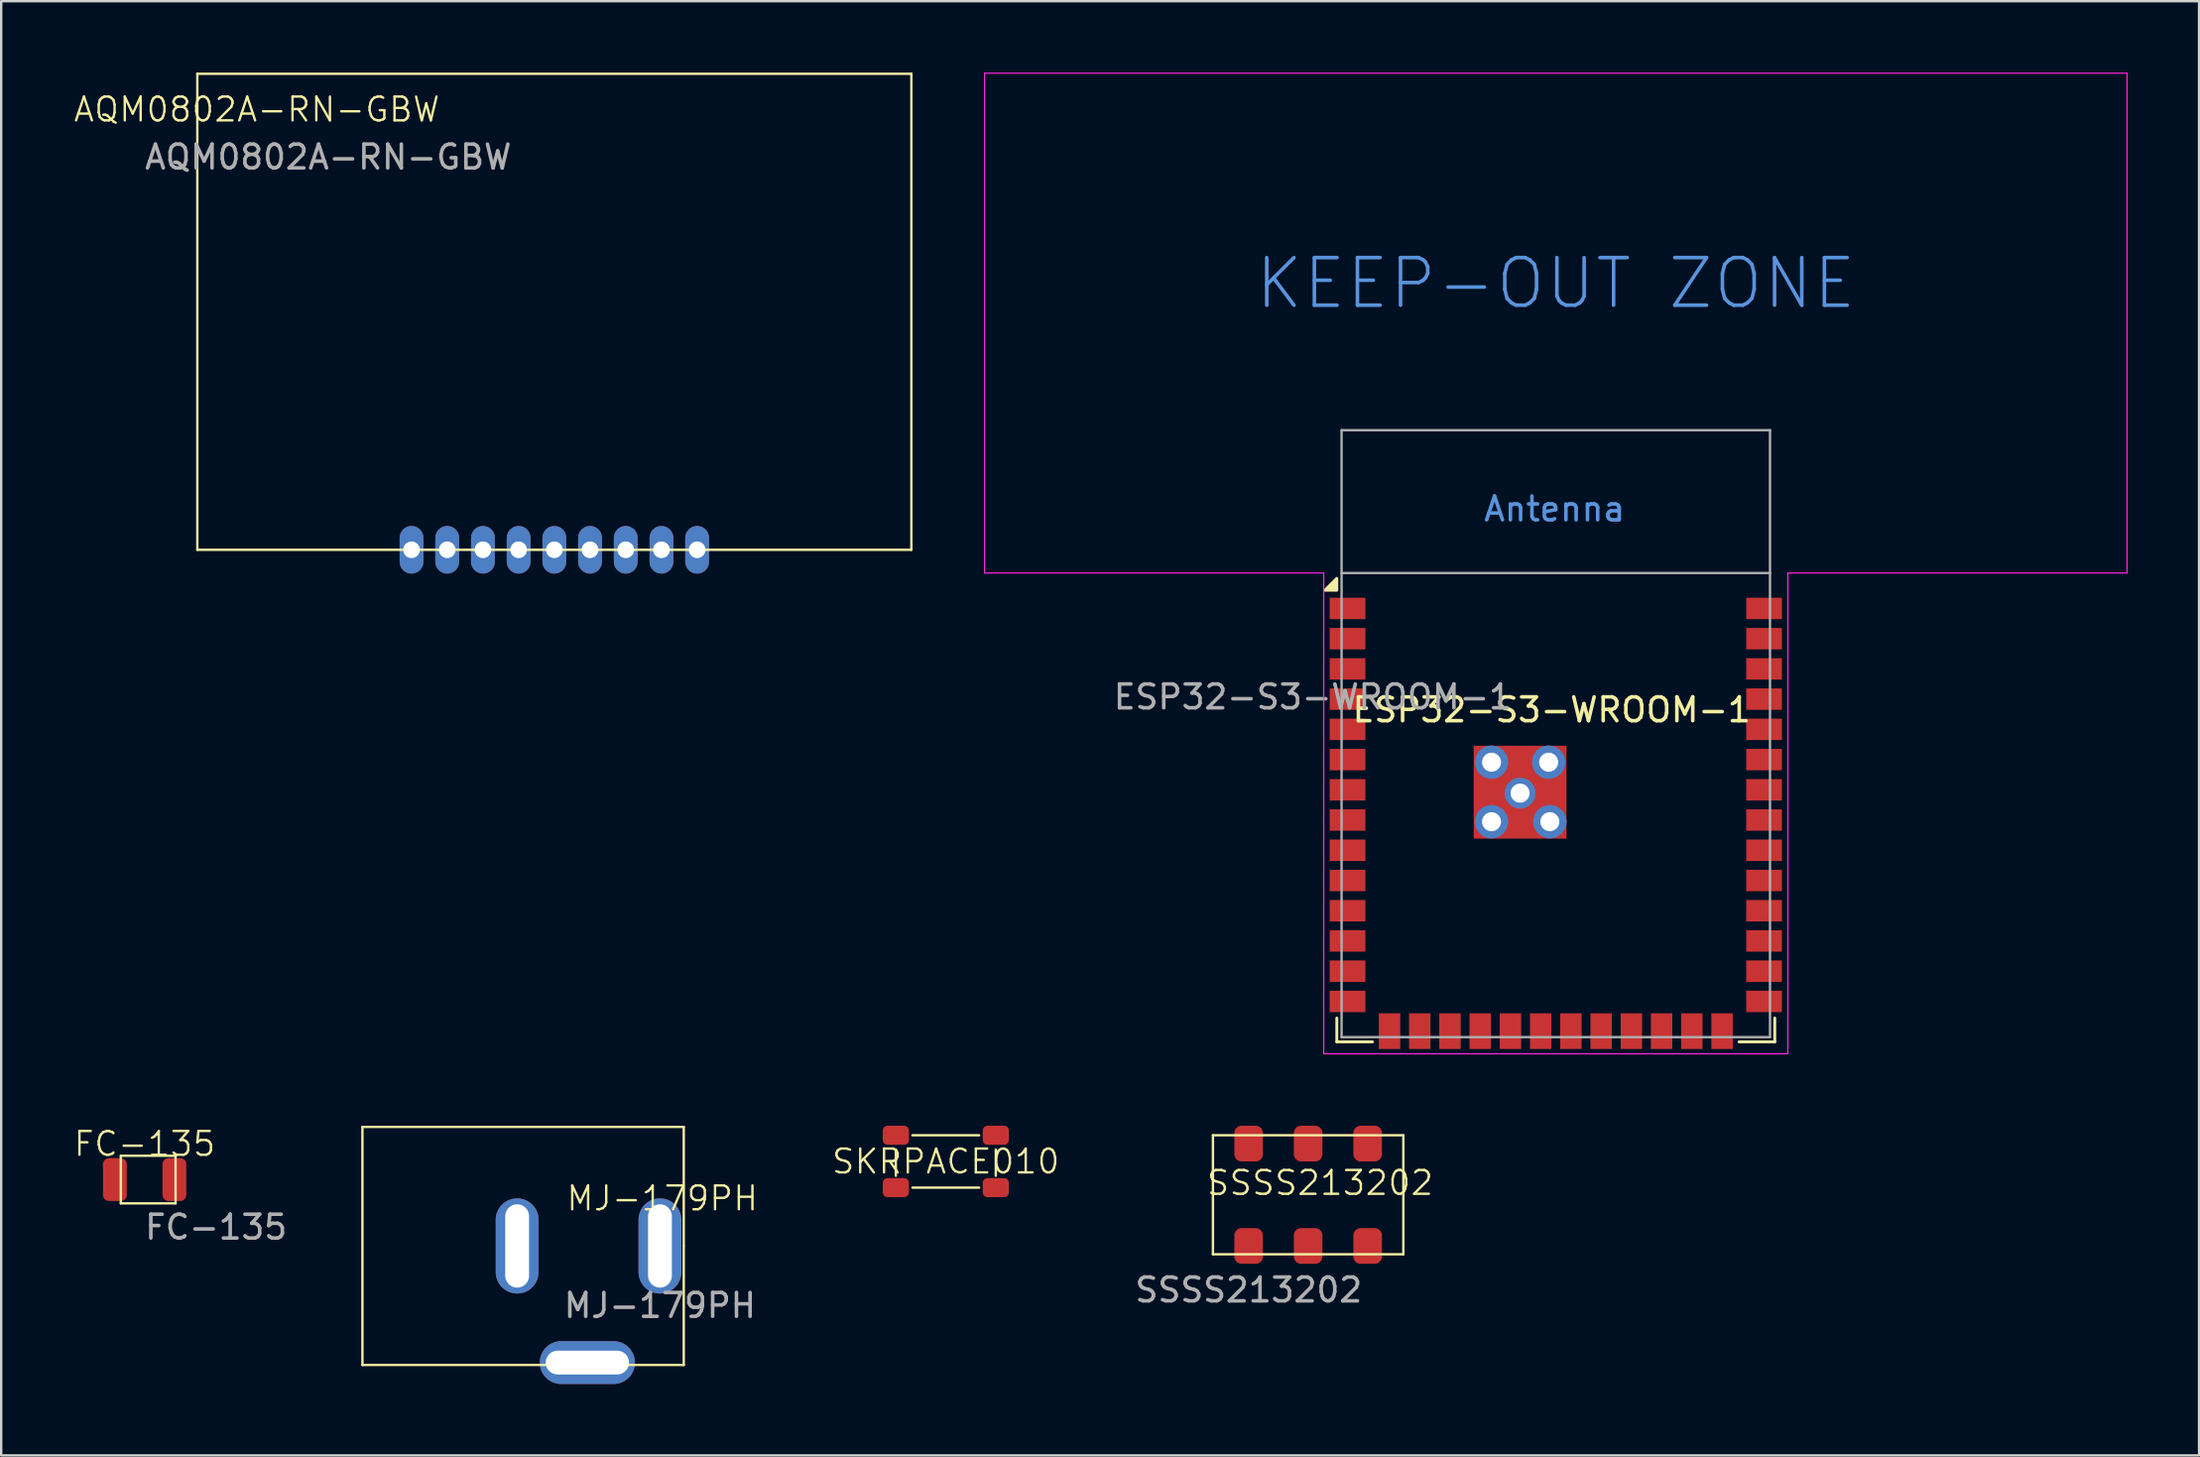
<source format=kicad_pcb>
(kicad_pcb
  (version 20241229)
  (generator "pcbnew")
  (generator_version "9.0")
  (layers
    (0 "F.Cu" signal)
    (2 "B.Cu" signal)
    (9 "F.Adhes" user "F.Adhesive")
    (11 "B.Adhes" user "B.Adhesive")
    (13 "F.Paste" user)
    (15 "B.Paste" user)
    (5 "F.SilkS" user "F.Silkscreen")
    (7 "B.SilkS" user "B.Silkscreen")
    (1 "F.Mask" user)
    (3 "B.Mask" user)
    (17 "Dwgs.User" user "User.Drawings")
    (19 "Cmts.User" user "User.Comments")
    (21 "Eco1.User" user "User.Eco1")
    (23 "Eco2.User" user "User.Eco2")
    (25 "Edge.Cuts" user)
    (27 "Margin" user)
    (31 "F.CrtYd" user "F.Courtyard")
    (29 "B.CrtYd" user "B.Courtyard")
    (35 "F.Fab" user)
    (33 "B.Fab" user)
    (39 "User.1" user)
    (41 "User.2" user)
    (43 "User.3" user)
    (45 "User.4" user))
  (footprint "SKRPACE010"
    (layer "F.Cu")
    (at 36.687 45.75)
    (property "Reference" "SKRPACE010" (at 0 0 0) (unlocked yes) (layer "F.SilkS") (effects (font (size 1 1) (thickness 0.1))))
    (attr smd)
    (fp_line (start -2.1 0.6) (end -2.1 -0.5) (stroke (width 0.1) (type default)) (layer "F.SilkS"))
    (fp_line (start -1.4 -1.1) (end 1.4 -1.1) (stroke (width 0.1) (type default)) (layer "F.SilkS"))
    (fp_line (start 1.4 1.1) (end -1.4 1.1) (stroke (width 0.1) (type default)) (layer "F.SilkS"))
    (fp_line (start 2.1 -0.5) (end 2.1 0.6) (stroke (width 0.1) (type default)) (layer "F.SilkS"))
    (pad "1" smd roundrect (at -2.1 -1.1) (size 1.1 0.8) (layers "F.Cu" "F.Mask" "F.Paste") (roundrect_rratio 0.25))
    (pad "2" smd roundrect (at 2.1 -1.1) (size 1.1 0.8) (layers "F.Cu" "F.Mask" "F.Paste") (roundrect_rratio 0.25))
    (pad "3" smd roundrect (at -2.1 1.1) (size 1.1 0.8) (layers "F.Cu" "F.Mask" "F.Paste") (roundrect_rratio 0.25))
    (pad "4" smd roundrect (at 2.1 1.1) (size 1.1 0.8) (layers "F.Cu" "F.Mask" "F.Paste") (roundrect_rratio 0.25)))
  (footprint "ESP32-S3-WROOM-1"
    (layer "F.Cu")
    (at 62.315 27.775)
    (property "Reference" "ESP32-S3-WROOM-1" (at -0.175 -1 0) (unlocked yes) (layer "F.SilkS") (effects (font (size 1 1) (thickness 0.15))))
    (attr smd)
    (fp_line (start -9.2 11.95) (end -9.2 12.95) (stroke (width 0.12) (type solid)) (layer "F.SilkS"))
    (fp_line (start -9.2 12.95) (end -7.7 12.95) (stroke (width 0.12) (type solid)) (layer "F.SilkS"))
    (fp_line (start 9.2 12.95) (end 7.7 12.95) (stroke (width 0.12) (type solid)) (layer "F.SilkS"))
    (fp_line (start 9.2 12.95) (end 9.2 11.95) (stroke (width 0.12) (type solid)) (layer "F.SilkS"))
    (fp_poly (pts (xy -9.2 -6.025) (xy -9.7 -6.025) (xy -9.2 -6.525) (xy -9.2 -6.025)) (stroke (width 0.12) (type solid)) (fill yes) (layer "F.SilkS"))
    (fp_line (start -24 -27.75) (end -24 -6.75) (stroke (width 0.05) (type solid)) (layer "F.CrtYd"))
    (fp_line (start -24 -6.75) (end -9.75 -6.75) (stroke (width 0.05) (type solid)) (layer "F.CrtYd"))
    (fp_line (start -9.75 13.45) (end -9.75 -6.75) (stroke (width 0.05) (type solid)) (layer "F.CrtYd"))
    (fp_line (start -9.75 13.45) (end 9.75 13.45) (stroke (width 0.05) (type solid)) (layer "F.CrtYd"))
    (fp_line (start 9.75 -6.75) (end 9.75 13.45) (stroke (width 0.05) (type solid)) (layer "F.CrtYd"))
    (fp_line (start 9.75 -6.75) (end 24 -6.75) (stroke (width 0.05) (type solid)) (layer "F.CrtYd"))
    (fp_line (start 24 -27.75) (end -24 -27.75) (stroke (width 0.05) (type solid)) (layer "F.CrtYd"))
    (fp_line (start 24 -6.75) (end 24 -27.75) (stroke (width 0.05) (type solid)) (layer "F.CrtYd"))
    (fp_line (start -9 -12.75) (end 9 -12.75) (stroke (width 0.1) (type solid)) (layer "F.Fab"))
    (fp_line (start -9 -6.75) (end 9 -6.75) (stroke (width 0.1) (type solid)) (layer "F.Fab"))
    (fp_line (start -9 12.75) (end -9 -12.75) (stroke (width 0.1) (type solid)) (layer "F.Fab"))
    (fp_line (start -9 12.75) (end 9 12.75) (stroke (width 0.1) (type solid)) (layer "F.Fab"))
    (fp_line (start 9 12.75) (end 9 -12.75) (stroke (width 0.1) (type solid)) (layer "F.Fab"))
    (fp_text user "KEEP-OUT ZONE" (at 0 -18.92 0) (layer "Cmts.User") (effects (font (size 2 2) (thickness 0.15))))
    (fp_text user "Antenna" (at -0.05 -9.44 0) (layer "Cmts.User") (effects (font (size 1 1) (thickness 0.15))))
    (fp_text user "${REFERENCE}" (at -10.21 -1.542 0) (unlocked yes) (layer "F.Fab") (effects (font (size 1 1) (thickness 0.15))))
    (pad "" smd rect (at -2.9 1.06) (size 0.9 0.9) (layers "F.Paste"))
    (pad "" smd rect (at -2.9 2.46 270) (size 0.9 0.9) (layers "F.Paste"))
    (pad "" smd rect (at -2.9 3.86) (size 0.9 0.9) (layers "F.Paste"))
    (pad "" smd rect (at -1.5 1.06 270) (size 0.9 0.9) (layers "F.Paste"))
    (pad "" smd rect (at -1.5 2.46 270) (size 0.9 0.9) (layers "F.Paste"))
    (pad "" smd rect (at -1.5 3.86 270) (size 0.9 0.9) (layers "F.Paste"))
    (pad "" smd rect (at -0.1 1.06 270) (size 0.9 0.9) (layers "F.Paste"))
    (pad "" smd rect (at -0.1 2.46 270) (size 0.9 0.9) (layers "F.Paste"))
    (pad "" smd rect (at -0.1 3.86 270) (size 0.9 0.9) (layers "F.Paste"))
    (pad "1" smd rect (at -8.75 -5.26) (size 1.5 0.9) (layers "F.Cu" "F.Mask" "F.Paste"))
    (pad "2" smd rect (at -8.75 -3.99) (size 1.5 0.9) (layers "F.Cu" "F.Mask" "F.Paste"))
    (pad "3" smd rect (at -8.75 -2.72) (size 1.5 0.9) (layers "F.Cu" "F.Mask" "F.Paste"))
    (pad "4" smd rect (at -8.75 -1.45) (size 1.5 0.9) (layers "F.Cu" "F.Mask" "F.Paste"))
    (pad "5" smd rect (at -8.75 -0.18) (size 1.5 0.9) (layers "F.Cu" "F.Mask" "F.Paste"))
    (pad "6" smd rect (at -8.75 1.09) (size 1.5 0.9) (layers "F.Cu" "F.Mask" "F.Paste"))
    (pad "7" smd rect (at -8.75 2.36) (size 1.5 0.9) (layers "F.Cu" "F.Mask" "F.Paste"))
    (pad "8" smd rect (at -8.75 3.63) (size 1.5 0.9) (layers "F.Cu" "F.Mask" "F.Paste"))
    (pad "9" smd rect (at -8.75 4.9) (size 1.5 0.9) (layers "F.Cu" "F.Mask" "F.Paste"))
    (pad "10" smd rect (at -8.75 6.17) (size 1.5 0.9) (layers "F.Cu" "F.Mask" "F.Paste"))
    (pad "11" smd rect (at -8.75 7.44) (size 1.5 0.9) (layers "F.Cu" "F.Mask" "F.Paste"))
    (pad "12" smd rect (at -8.75 8.71) (size 1.5 0.9) (layers "F.Cu" "F.Mask" "F.Paste"))
    (pad "13" smd rect (at -8.75 9.98) (size 1.5 0.9) (layers "F.Cu" "F.Mask" "F.Paste"))
    (pad "14" smd rect (at -8.75 11.25 180) (size 1.5 0.9) (layers "F.Cu" "F.Mask" "F.Paste"))
    (pad "15" smd rect (at -6.985 12.5 270) (size 1.5 0.9) (layers "F.Cu" "F.Mask" "F.Paste"))
    (pad "16" smd rect (at -5.715 12.5 270) (size 1.5 0.9) (layers "F.Cu" "F.Mask" "F.Paste"))
    (pad "17" smd rect (at -4.445 12.5 270) (size 1.5 0.9) (layers "F.Cu" "F.Mask" "F.Paste"))
    (pad "18" smd rect (at -3.175 12.5 270) (size 1.5 0.9) (layers "F.Cu" "F.Mask" "F.Paste"))
    (pad "19" smd rect (at -1.905 12.5 270) (size 1.5 0.9) (layers "F.Cu" "F.Mask" "F.Paste"))
    (pad "20" smd rect (at -0.635 12.5 270) (size 1.5 0.9) (layers "F.Cu" "F.Mask" "F.Paste"))
    (pad "21" smd rect (at 0.635 12.5 270) (size 1.5 0.9) (layers "F.Cu" "F.Mask" "F.Paste"))
    (pad "22" smd rect (at 1.905 12.5 270) (size 1.5 0.9) (layers "F.Cu" "F.Mask" "F.Paste"))
    (pad "23" smd rect (at 3.175 12.5 270) (size 1.5 0.9) (layers "F.Cu" "F.Mask" "F.Paste"))
    (pad "24" smd rect (at 4.445 12.5 270) (size 1.5 0.9) (layers "F.Cu" "F.Mask" "F.Paste"))
    (pad "25" smd rect (at 5.715 12.5 270) (size 1.5 0.9) (layers "F.Cu" "F.Mask" "F.Paste"))
    (pad "26" smd rect (at 6.985 12.5 270) (size 1.5 0.9) (layers "F.Cu" "F.Mask" "F.Paste"))
    (pad "27" smd rect (at 8.75 11.25) (size 1.5 0.9) (layers "F.Cu" "F.Mask" "F.Paste"))
    (pad "28" smd rect (at 8.75 9.98) (size 1.5 0.9) (layers "F.Cu" "F.Mask" "F.Paste"))
    (pad "29" smd rect (at 8.75 8.71) (size 1.5 0.9) (layers "F.Cu" "F.Mask" "F.Paste"))
    (pad "30" smd rect (at 8.75 7.44) (size 1.5 0.9) (layers "F.Cu" "F.Mask" "F.Paste"))
    (pad "31" smd rect (at 8.75 6.17) (size 1.5 0.9) (layers "F.Cu" "F.Mask" "F.Paste"))
    (pad "32" smd rect (at 8.75 4.9) (size 1.5 0.9) (layers "F.Cu" "F.Mask" "F.Paste"))
    (pad "33" smd rect (at 8.75 3.63) (size 1.5 0.9) (layers "F.Cu" "F.Mask" "F.Paste"))
    (pad "34" smd rect (at 8.75 2.36) (size 1.5 0.9) (layers "F.Cu" "F.Mask" "F.Paste"))
    (pad "35" smd rect (at 8.75 1.09) (size 1.5 0.9) (layers "F.Cu" "F.Mask" "F.Paste"))
    (pad "36" smd rect (at 8.75 -0.18) (size 1.5 0.9) (layers "F.Cu" "F.Mask" "F.Paste"))
    (pad "37" smd rect (at 8.75 -1.45) (size 1.5 0.9) (layers "F.Cu" "F.Mask" "F.Paste"))
    (pad "38" smd rect (at 8.75 -2.72) (size 1.5 0.9) (layers "F.Cu" "F.Mask" "F.Paste"))
    (pad "39" smd rect (at 8.75 -3.99) (size 1.5 0.9) (layers "F.Cu" "F.Mask" "F.Paste"))
    (pad "40" smd rect (at 8.75 -5.26) (size 1.5 0.9) (layers "F.Cu" "F.Mask" "F.Paste"))
    (pad "41" thru_hole circle (at -2.7 1.2) (size 1.4 1.4) (drill 0.8) (property pad_prop_heatsink) (layers "*.Cu" "F.Mask"))
    (pad "41" thru_hole circle (at -2.7 3.7) (size 1.4 1.4) (drill 0.8) (property pad_prop_heatsink) (layers "*.Cu" "F.Mask"))
    (pad "41" smd rect (at -1.5 2.46 270) (size 3.9 3.9) (layers "F.Cu" "F.Mask"))
    (pad "41" thru_hole circle (at -1.5 2.5) (size 1.3 1.3) (drill 0.8) (property pad_prop_heatsink) (layers "*.Cu" "F.Mask"))
    (pad "41" thru_hole circle (at -0.3 1.2) (size 1.4 1.4) (drill 0.8) (property pad_prop_heatsink) (layers "*.Cu" "*.Mask") (remove_unused_layers yes) (keep_end_layers yes) (zone_layer_connections))
    (pad "41" thru_hole circle (at -0.25 3.7) (size 1.4 1.4) (drill 0.8) (property pad_prop_heatsink) (layers "*.Cu" "F.Mask"))
    (zone (net_name "") (layers "F.Cu" "B.Cu") (hatch full 0.508) (connect_pads) (min_thickness 0.254) (filled_areas_thickness no) (keepout (tracks not_allowed) (vias not_allowed) (pads not_allowed) (copperpour not_allowed) (footprints not_allowed)) (placement (enabled no)) (fill) (polygon (pts (xy 38.315 21.025) (xy 86.315 21.025) (xy 86.315 0.025) (xy 38.315 0.025)))))
  (footprint "FC-135"
    (layer "F.Cu")
    (at 3.026 46.511)
    (property "Reference" "FC-135" (at 0 -1.5 0) (unlocked yes) (layer "F.SilkS") (effects (font (size 1 1) (thickness 0.1))))
    (attr smd)
    (fp_line (start -1 -1) (end 1.3 -1) (stroke (width 0.1) (type default)) (layer "F.SilkS"))
    (fp_line (start -1 1) (end -1 -1) (stroke (width 0.1) (type default)) (layer "F.SilkS"))
    (fp_line (start 1.3 -1) (end 1.3 1) (stroke (width 0.1) (type default)) (layer "F.SilkS"))
    (fp_line (start 1.3 1) (end -1 1) (stroke (width 0.1) (type default)) (layer "F.SilkS"))
    (fp_text user "${REFERENCE}" (at 3 2 0) (unlocked yes) (layer "F.Fab") (effects (font (size 1 1) (thickness 0.15))))
    (pad "1" smd roundrect (at -1.25 0) (size 1 1.8) (layers "F.Cu" "F.Mask" "F.Paste") (roundrect_rratio 0.25))
    (pad "2" smd roundrect (at 1.25 0) (size 1 1.8) (layers "F.Cu" "F.Mask" "F.Paste") (roundrect_rratio 0.25))
    (zone (net_name "") (layer "F.SilkS") (hatch edge 0.5) (connect_pads) (min_thickness 0.25) (filled_areas_thickness no) (keepout (tracks not_allowed) (vias not_allowed) (pads not_allowed) (copperpour allowed) (footprints allowed)) (placement (enabled no)) (fill) (polygon (pts (xy 2.326 45.611) (xy 3.726 45.611) (xy 3.726 47.41) (xy 2.326 47.41)))))
  (footprint "SSSS213202"
    (layer "F.Cu")
    (at 49.41 47.15)
    (property "Reference" "SSSS213202" (at 3 -0.5 0) (unlocked yes) (layer "F.SilkS") (effects (font (size 1 1) (thickness 0.1))))
    (attr smd)
    (fp_line (start -1.5 -2.5) (end 6.5 -2.5) (stroke (width 0.1) (type default)) (layer "F.SilkS"))
    (fp_line (start -1.5 2.5) (end -1.5 -2.5) (stroke (width 0.1) (type default)) (layer "F.SilkS"))
    (fp_line (start 6.5 -2.5) (end 6.5 2.5) (stroke (width 0.1) (type default)) (layer "F.SilkS"))
    (fp_line (start 6.5 2.5) (end -1.5 2.5) (stroke (width 0.1) (type default)) (layer "F.SilkS"))
    (fp_text user "${REFERENCE}" (at 0 4 0) (unlocked yes) (layer "F.Fab") (effects (font (size 1 1) (thickness 0.15))))
    (pad "1" smd roundrect (at 0 -2.15) (size 1.2 1.5) (layers "F.Cu" "F.Mask" "F.Paste") (roundrect_rratio 0.25))
    (pad "2" smd roundrect (at 2.5 -2.15) (size 1.2 1.5) (layers "F.Cu" "F.Mask" "F.Paste") (roundrect_rratio 0.25))
    (pad "3" smd roundrect (at 5 -2.15) (size 1.2 1.5) (layers "F.Cu" "F.Mask" "F.Paste") (roundrect_rratio 0.25))
    (pad "4" smd roundrect (at 0 2.15) (size 1.2 1.5) (layers "F.Cu" "F.Mask" "F.Paste") (roundrect_rratio 0.25))
    (pad "5" smd roundrect (at 2.5 2.15) (size 1.2 1.5) (layers "F.Cu" "F.Mask" "F.Paste") (roundrect_rratio 0.25))
    (pad "6" smd roundrect (at 5 2.15) (size 1.2 1.5) (layers "F.Cu" "F.Mask" "F.Paste") (roundrect_rratio 0.25)))
  (footprint "MJ-179PH"
    (layer "F.Cu")
    (at 24.677 49.3)
    (property "Reference" "MJ-179PH" (at 0.1 -2 0) (unlocked yes) (layer "F.SilkS") (effects (font (size 1 1) (thickness 0.1))))
    (attr through_hole)
    (fp_line (start -12.5 -5) (end -12.5 5) (stroke (width 0.1) (type default)) (layer "F.SilkS"))
    (fp_line (start -12.5 5) (end 1 5) (stroke (width 0.1) (type default)) (layer "F.SilkS"))
    (fp_line (start 1 -5) (end -12.5 -5) (stroke (width 0.1) (type default)) (layer "F.SilkS"))
    (fp_line (start 1 0) (end 1 -5) (stroke (width 0.1) (type default)) (layer "F.SilkS"))
    (fp_line (start 1 5) (end 1 0) (stroke (width 0.1) (type default)) (layer "F.SilkS"))
    (fp_text user "${REFERENCE}" (at 0 2.5 0) (unlocked yes) (layer "F.Fab") (effects (font (size 1 1) (thickness 0.15))))
    (pad "1" thru_hole oval (at 0 0) (size 1.8 4) (drill oval 1 3.5) (layers "*.Cu" "*.Mask"))
    (pad "2" thru_hole oval (at -6 0 180) (size 1.8 4) (drill oval 1 3.5) (layers "*.Cu" "*.Mask"))
    (pad "3" thru_hole oval (at -3.05 4.9 90) (size 1.8 4) (drill oval 1 3.5) (layers "*.Cu" "*.Mask")))
  (footprint "AQM0802A-RN-GBW"
    (layer "F.Cu")
    (at 5.24 20.05)
    (property "Reference" "AQM0802A-RN-GBW" (at 2.5 -18.5 0) (unlocked yes) (layer "F.SilkS") (effects (font (size 1 1) (thickness 0.1))))
    (attr through_hole)
    (fp_line (start 0 -20) (end 0 0) (stroke (width 0.1) (type default)) (layer "F.SilkS"))
    (fp_line (start 0 0) (end 30 0) (stroke (width 0.1) (type default)) (layer "F.SilkS"))
    (fp_line (start 30 -20) (end 0 -20) (stroke (width 0.1) (type default)) (layer "F.SilkS"))
    (fp_line (start 30 0) (end 30 -20) (stroke (width 0.1) (type default)) (layer "F.SilkS"))
    (fp_text user "${REFERENCE}" (at 5.5 -16.5 0) (unlocked yes) (layer "F.Fab") (effects (font (size 1 1) (thickness 0.15))))
    (pad "1" thru_hole oval (at 9 0) (size 1 2) (drill 0.7) (layers "*.Cu" "*.Mask"))
    (pad "2" thru_hole oval (at 10.5 0) (size 1 2) (drill 0.7) (layers "*.Cu" "*.Mask"))
    (pad "3" thru_hole oval (at 12 0) (size 1 2) (drill 0.7) (layers "*.Cu" "*.Mask"))
    (pad "4" thru_hole oval (at 13.5 0) (size 1 2) (drill 0.7) (layers "*.Cu" "*.Mask"))
    (pad "5" thru_hole oval (at 15 0) (size 1 2) (drill 0.7) (layers "*.Cu" "*.Mask"))
    (pad "6" thru_hole oval (at 16.5 0) (size 1 2) (drill 0.7) (layers "*.Cu" "*.Mask"))
    (pad "7" thru_hole oval (at 18 0) (size 1 2) (drill 0.7) (layers "*.Cu" "*.Mask"))
    (pad "8" thru_hole oval (at 19.5 0) (size 1 2) (drill 0.7) (layers "*.Cu" "*.Mask"))
    (pad "9" thru_hole oval (at 21 0) (size 1 2) (drill 0.7) (layers "*.Cu" "*.Mask")))
  (gr_rect
    (start -3 -3)
    (end 89.34 58.1)
    (stroke (width 0.1) (type default))
    (fill no)
    (layer "Edge.Cuts")))
</source>
